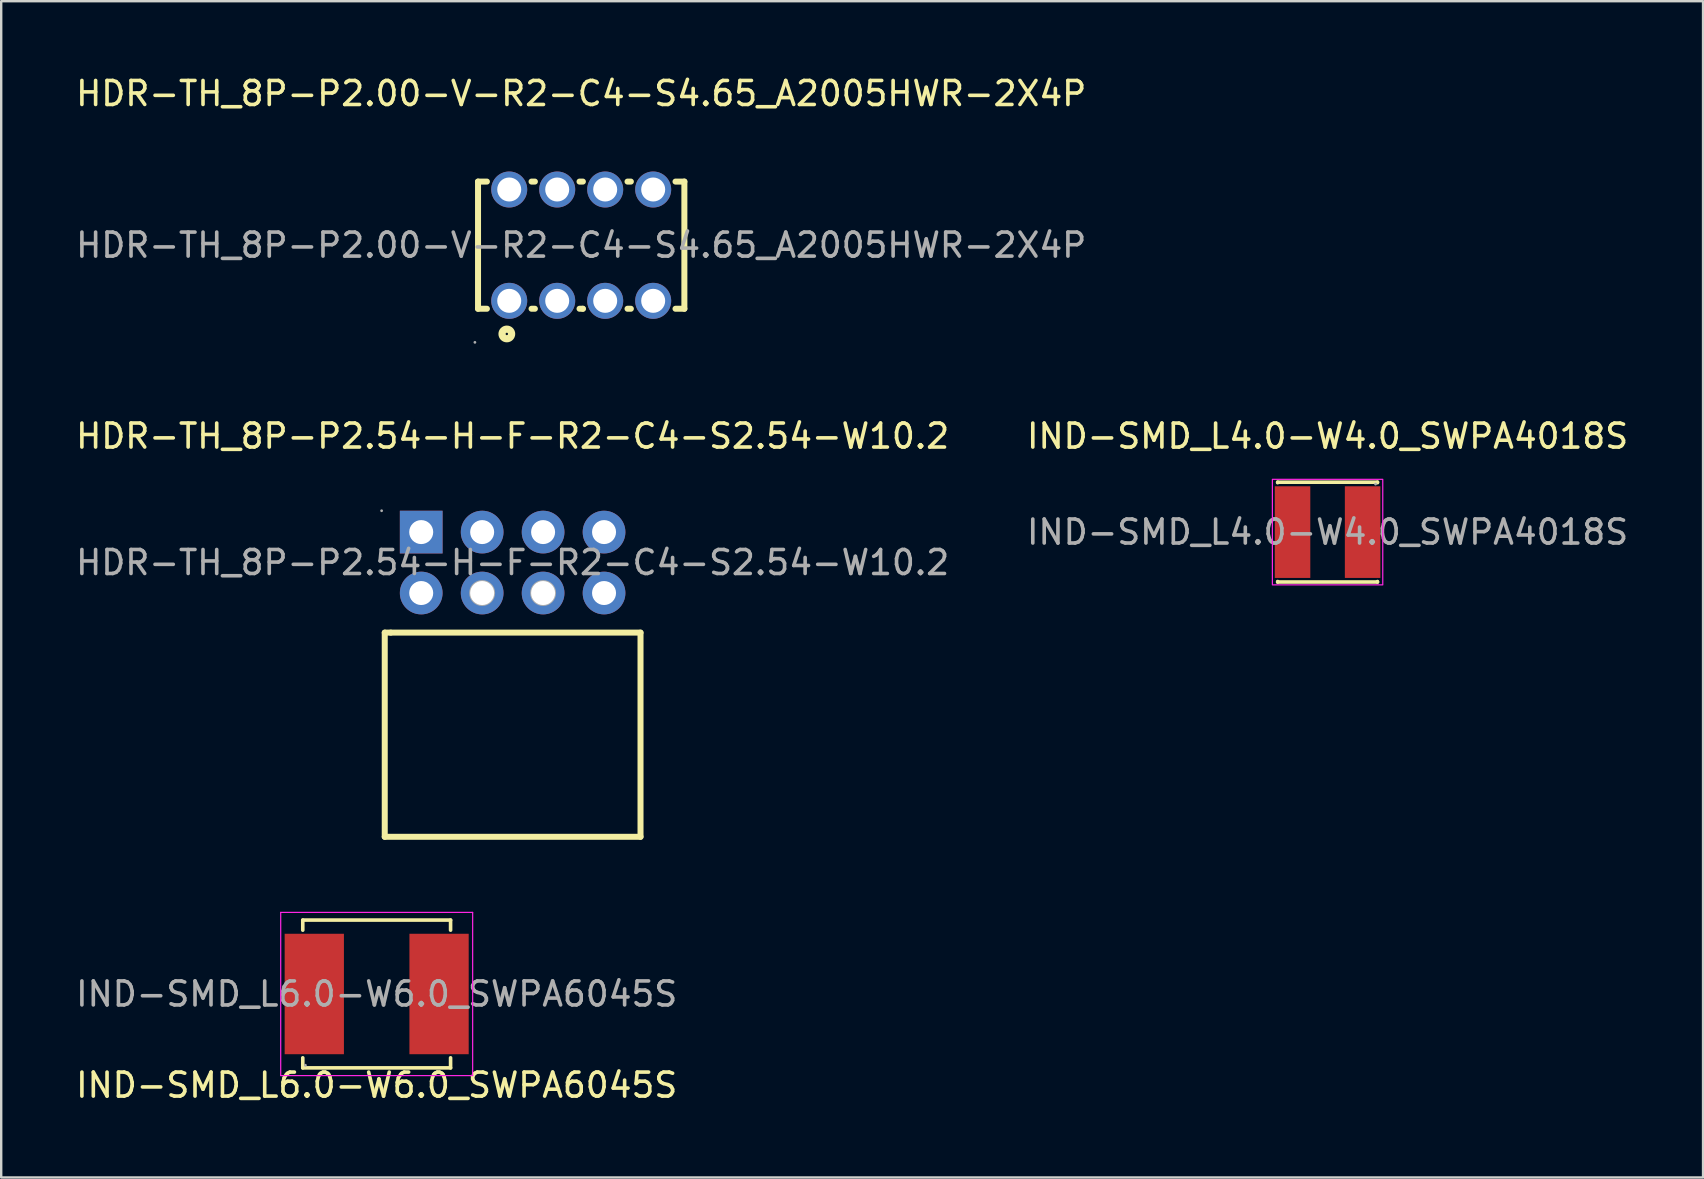
<source format=kicad_pcb>
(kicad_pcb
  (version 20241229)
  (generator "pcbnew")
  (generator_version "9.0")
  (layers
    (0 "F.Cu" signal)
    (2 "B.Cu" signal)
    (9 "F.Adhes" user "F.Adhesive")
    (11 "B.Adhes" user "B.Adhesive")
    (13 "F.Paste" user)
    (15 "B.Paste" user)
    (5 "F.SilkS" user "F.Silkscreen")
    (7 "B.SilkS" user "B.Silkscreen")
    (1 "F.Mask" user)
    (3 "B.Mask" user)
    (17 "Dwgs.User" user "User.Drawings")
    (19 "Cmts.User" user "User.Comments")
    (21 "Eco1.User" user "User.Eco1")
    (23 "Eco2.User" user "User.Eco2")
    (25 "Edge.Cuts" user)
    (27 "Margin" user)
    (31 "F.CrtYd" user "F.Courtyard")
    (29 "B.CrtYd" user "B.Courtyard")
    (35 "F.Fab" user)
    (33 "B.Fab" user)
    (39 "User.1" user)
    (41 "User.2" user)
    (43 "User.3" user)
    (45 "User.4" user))
  (footprint "HDR-TH_8P-P2.54-H-F-R2-C4-S2.54-W10.2"
    (layer "F.Cu")
    (at 18.315 20.396)
    (property "Reference" "HDR-TH_8P-P2.54-H-F-R2-C4-S2.54-W10.2" (at 0 -5.27 0) (layer "F.SilkS") (effects (font (size 1 1) (thickness 0.15))))
    (attr through_hole)
    (fp_line (start -5.33 2.92) (end -5.08 2.92) (stroke (width 0.25) (type solid)) (layer "F.SilkS"))
    (fp_line (start -5.33 11.43) (end -5.33 2.92) (stroke (width 0.25) (type solid)) (layer "F.SilkS"))
    (fp_line (start -5.08 2.92) (end 5.33 2.92) (stroke (width 0.25) (type solid)) (layer "F.SilkS"))
    (fp_line (start 5.33 2.92) (end 5.33 11.43) (stroke (width 0.25) (type solid)) (layer "F.SilkS"))
    (fp_line (start 5.33 11.43) (end -5.33 11.43) (stroke (width 0.25) (type solid)) (layer "F.SilkS"))
    (fp_circle (center -5.46 -2.16) (end -5.43 -2.16) (stroke (width 0.06) (type solid)) (fill no) (layer "F.Fab"))
    (fp_circle (center -1.27 1.27) (end -1 1.27) (stroke (width 0.54) (type solid)) (fill no) (layer "F.Fab"))
    (fp_circle (center 1.27 1.27) (end 1.54 1.27) (stroke (width 0.54) (type solid)) (fill no) (layer "F.Fab"))
    (fp_text user "${REFERENCE}" (at 0 0 0) (layer "F.Fab") (effects (font (size 1 1) (thickness 0.15))))
    (pad "1" thru_hole rect (at -3.81 -1.27) (size 1.78 1.78) (drill 1) (layers "*.Cu" "*.Mask"))
    (pad "2" thru_hole circle (at -3.81 1.27) (size 1.78 1.78) (drill 1) (layers "*.Cu" "*.Mask"))
    (pad "3" thru_hole circle (at -1.27 -1.27) (size 1.78 1.78) (drill 1) (layers "*.Cu" "*.Mask"))
    (pad "4" thru_hole circle (at -1.27 1.27) (size 1.78 1.78) (drill 1) (layers "*.Cu" "*.Mask"))
    (pad "5" thru_hole circle (at 1.27 -1.27) (size 1.78 1.78) (drill 1) (layers "*.Cu" "*.Mask"))
    (pad "6" thru_hole circle (at 1.27 1.27) (size 1.78 1.78) (drill 1) (layers "*.Cu" "*.Mask"))
    (pad "7" thru_hole circle (at 3.81 -1.27) (size 1.78 1.78) (drill 1) (layers "*.Cu" "*.Mask"))
    (pad "8" thru_hole circle (at 3.81 1.27) (size 1.78 1.78) (drill 1) (layers "*.Cu" "*.Mask")))
  (footprint "IND-SMD_L4.0-W4.0_SWPA4018S"
    (layer "F.Cu")
    (at 52.28 19.127)
    (property "Reference" "IND-SMD_L4.0-W4.0_SWPA4018S" (at 0 -4 0) (layer "F.SilkS") (effects (font (size 1 1) (thickness 0.15))))
    (attr smd)
    (fp_line (start -2.08 -2.08) (end 2.08 -2.08) (stroke (width 0.15) (type solid)) (layer "F.SilkS"))
    (fp_line (start -2.08 -2.06) (end -2.08 -2.08) (stroke (width 0.15) (type solid)) (layer "F.SilkS"))
    (fp_line (start -2.08 2.06) (end -2.08 2.08) (stroke (width 0.15) (type solid)) (layer "F.SilkS"))
    (fp_line (start -2.08 2.08) (end 2.08 2.08) (stroke (width 0.15) (type solid)) (layer "F.SilkS"))
    (fp_line (start 2.08 -2.08) (end 2.08 -2.06) (stroke (width 0.15) (type solid)) (layer "F.SilkS"))
    (fp_line (start 2.08 2.08) (end 2.08 2.06) (stroke (width 0.15) (type solid)) (layer "F.SilkS"))
    (fp_rect (start 2.3 -2.2) (end -2.3 2.2) (stroke (width 0.05) (type default)) (fill no) (layer "F.CrtYd"))
    (fp_circle (center 2 -2) (end 2.03 -2) (stroke (width 0.06) (type solid)) (fill no) (layer "F.Fab"))
    (fp_text user "${REFERENCE}" (at 0 0 0) (layer "F.Fab") (effects (font (size 1 1) (thickness 0.15))))
    (pad "1" smd rect (at 1.46 0) (size 1.48 3.82) (layers "F.Cu" "F.Mask" "F.Paste"))
    (pad "2" smd rect (at -1.46 0) (size 1.48 3.82) (layers "F.Cu" "F.Mask" "F.Paste")))
  (footprint "HDR-TH_8P-P2.00-V-R2-C4-S4.65_A2005HWR-2X4P"
    (layer "F.Cu")
    (at 21.173 7.168)
    (property "Reference" "HDR-TH_8P-P2.00-V-R2-C4-S4.65_A2005HWR-2X4P" (at 0 -6.32 0) (layer "F.SilkS") (effects (font (size 1 1) (thickness 0.15))))
    (attr smd)
    (fp_line (start -4.3 -2.65) (end -4.3 2.65) (stroke (width 0.25) (type solid)) (layer "F.SilkS"))
    (fp_line (start -4.3 -2.65) (end -3.93 -2.65) (stroke (width 0.25) (type solid)) (layer "F.SilkS"))
    (fp_line (start -3.93 2.65) (end -4.3 2.65) (stroke (width 0.25) (type solid)) (layer "F.SilkS"))
    (fp_line (start -2.07 -2.65) (end -1.93 -2.65) (stroke (width 0.25) (type solid)) (layer "F.SilkS"))
    (fp_line (start -1.93 2.65) (end -2.07 2.65) (stroke (width 0.25) (type solid)) (layer "F.SilkS"))
    (fp_line (start -0.07 -2.65) (end 0.07 -2.65) (stroke (width 0.25) (type solid)) (layer "F.SilkS"))
    (fp_line (start 0.07 2.65) (end -0.07 2.65) (stroke (width 0.25) (type solid)) (layer "F.SilkS"))
    (fp_line (start 0.07 2.65) (end 0.07 2.65) (stroke (width 0.25) (type solid)) (layer "F.SilkS"))
    (fp_line (start 1.93 -2.65) (end 2.07 -2.65) (stroke (width 0.25) (type solid)) (layer "F.SilkS"))
    (fp_line (start 2.07 2.65) (end 1.93 2.65) (stroke (width 0.25) (type solid)) (layer "F.SilkS"))
    (fp_line (start 3.93 -2.65) (end 4.3 -2.65) (stroke (width 0.25) (type solid)) (layer "F.SilkS"))
    (fp_line (start 4.3 -2.65) (end 4.3 2.65) (stroke (width 0.25) (type solid)) (layer "F.SilkS"))
    (fp_line (start 4.3 2.65) (end 3.93 2.65) (stroke (width 0.25) (type solid)) (layer "F.SilkS"))
    (fp_circle (center -3.1 3.7) (end -2.9 3.7) (stroke (width 0.3) (type solid)) (fill no) (layer "F.SilkS"))
    (fp_circle (center -4.43 4.05) (end -4.4 4.05) (stroke (width 0.06) (type solid)) (fill no) (layer "F.Fab"))
    (fp_circle (center -3 -2.32) (end -2.8 -2.32) (stroke (width 0.4) (type solid)) (fill no) (layer "F.Fab"))
    (fp_circle (center -3 2.32) (end -2.8 2.32) (stroke (width 0.4) (type solid)) (fill no) (layer "F.Fab"))
    (fp_circle (center -1 -2.32) (end -0.8 -2.32) (stroke (width 0.4) (type solid)) (fill no) (layer "F.Fab"))
    (fp_circle (center -1 2.32) (end -0.8 2.32) (stroke (width 0.4) (type solid)) (fill no) (layer "F.Fab"))
    (fp_circle (center 1 -2.32) (end 1.2 -2.32) (stroke (width 0.4) (type solid)) (fill no) (layer "F.Fab"))
    (fp_circle (center 1 2.32) (end 1.2 2.32) (stroke (width 0.4) (type solid)) (fill no) (layer "F.Fab"))
    (fp_circle (center 3 -2.32) (end 3.2 -2.32) (stroke (width 0.4) (type solid)) (fill no) (layer "F.Fab"))
    (fp_circle (center 3 2.32) (end 3.2 2.32) (stroke (width 0.4) (type solid)) (fill no) (layer "F.Fab"))
    (fp_text user "${REFERENCE}" (at 0 0 0) (layer "F.Fab") (effects (font (size 1 1) (thickness 0.15))))
    (pad "1" thru_hole circle (at -3 2.32) (size 1.5 1.5) (drill 1) (layers "*.Cu" "*.Paste" "*.Mask"))
    (pad "2" thru_hole circle (at -3 -2.32) (size 1.5 1.5) (drill 1) (layers "*.Cu" "*.Paste" "*.Mask"))
    (pad "3" thru_hole circle (at -1 2.32) (size 1.5 1.5) (drill 1) (layers "*.Cu" "*.Paste" "*.Mask"))
    (pad "4" thru_hole circle (at -1 -2.32) (size 1.5 1.5) (drill 1) (layers "*.Cu" "*.Paste" "*.Mask"))
    (pad "5" thru_hole circle (at 1 2.32) (size 1.5 1.5) (drill 1) (layers "*.Cu" "*.Paste" "*.Mask"))
    (pad "6" thru_hole circle (at 1 -2.32) (size 1.5 1.5) (drill 1) (layers "*.Cu" "*.Paste" "*.Mask"))
    (pad "7" thru_hole circle (at 3 2.32) (size 1.5 1.5) (drill 1) (layers "*.Cu" "*.Paste" "*.Mask"))
    (pad "8" thru_hole circle (at 3 -2.32) (size 1.5 1.5) (drill 1) (layers "*.Cu" "*.Paste" "*.Mask")))
  (footprint "IND-SMD_L6.0-W6.0_SWPA6045S"
    (layer "F.Cu")
    (at 12.649 38.377)
    (property "Reference" "IND-SMD_L6.0-W6.0_SWPA6045S" (at 0 3.8 180) (layer "F.SilkS") (effects (font (size 1 1) (thickness 0.15))))
    (attr smd)
    (fp_line (start -3.08 -3.08) (end 3.08 -3.08) (stroke (width 0.15) (type solid)) (layer "F.SilkS"))
    (fp_line (start -3.08 -2.66) (end -3.08 -3.08) (stroke (width 0.15) (type solid)) (layer "F.SilkS"))
    (fp_line (start -3.08 2.66) (end -3.08 3.08) (stroke (width 0.15) (type solid)) (layer "F.SilkS"))
    (fp_line (start -3.08 3.08) (end 3.08 3.08) (stroke (width 0.15) (type solid)) (layer "F.SilkS"))
    (fp_line (start 3.08 -3.08) (end 3.08 -2.66) (stroke (width 0.15) (type solid)) (layer "F.SilkS"))
    (fp_line (start 3.08 3.08) (end 3.08 2.66) (stroke (width 0.15) (type solid)) (layer "F.SilkS"))
    (fp_line (start -4 -3.4) (end 4 -3.4) (stroke (width 0.05) (type solid)) (layer "F.CrtYd"))
    (fp_line (start -4 3.4) (end -4 -3.4) (stroke (width 0.05) (type solid)) (layer "F.CrtYd"))
    (fp_line (start 4 -3.4) (end 4 3.4) (stroke (width 0.05) (type solid)) (layer "F.CrtYd"))
    (fp_line (start 4 3.4) (end -4 3.4) (stroke (width 0.05) (type solid)) (layer "F.CrtYd"))
    (fp_circle (center -2.97 2.97) (end -2.94 2.97) (stroke (width 0.06) (type solid)) (fill no) (layer "F.Fab"))
    (fp_text user "${REFERENCE}" (at 0 0 180) (layer "F.Fab") (effects (font (size 1 1) (thickness 0.15))))
    (pad "1" smd rect (at -2.6 0 180) (size 2.47 5.02) (layers "F.Cu" "F.Mask" "F.Paste"))
    (pad "2" smd rect (at 2.6 0 180) (size 2.47 5.02) (layers "F.Cu" "F.Mask" "F.Paste")))
  (gr_rect
    (start -3 -3)
    (end 67.929 46.025)
    (stroke (width 0.1) (type default))
    (fill no)
    (layer "Edge.Cuts")))
</source>
